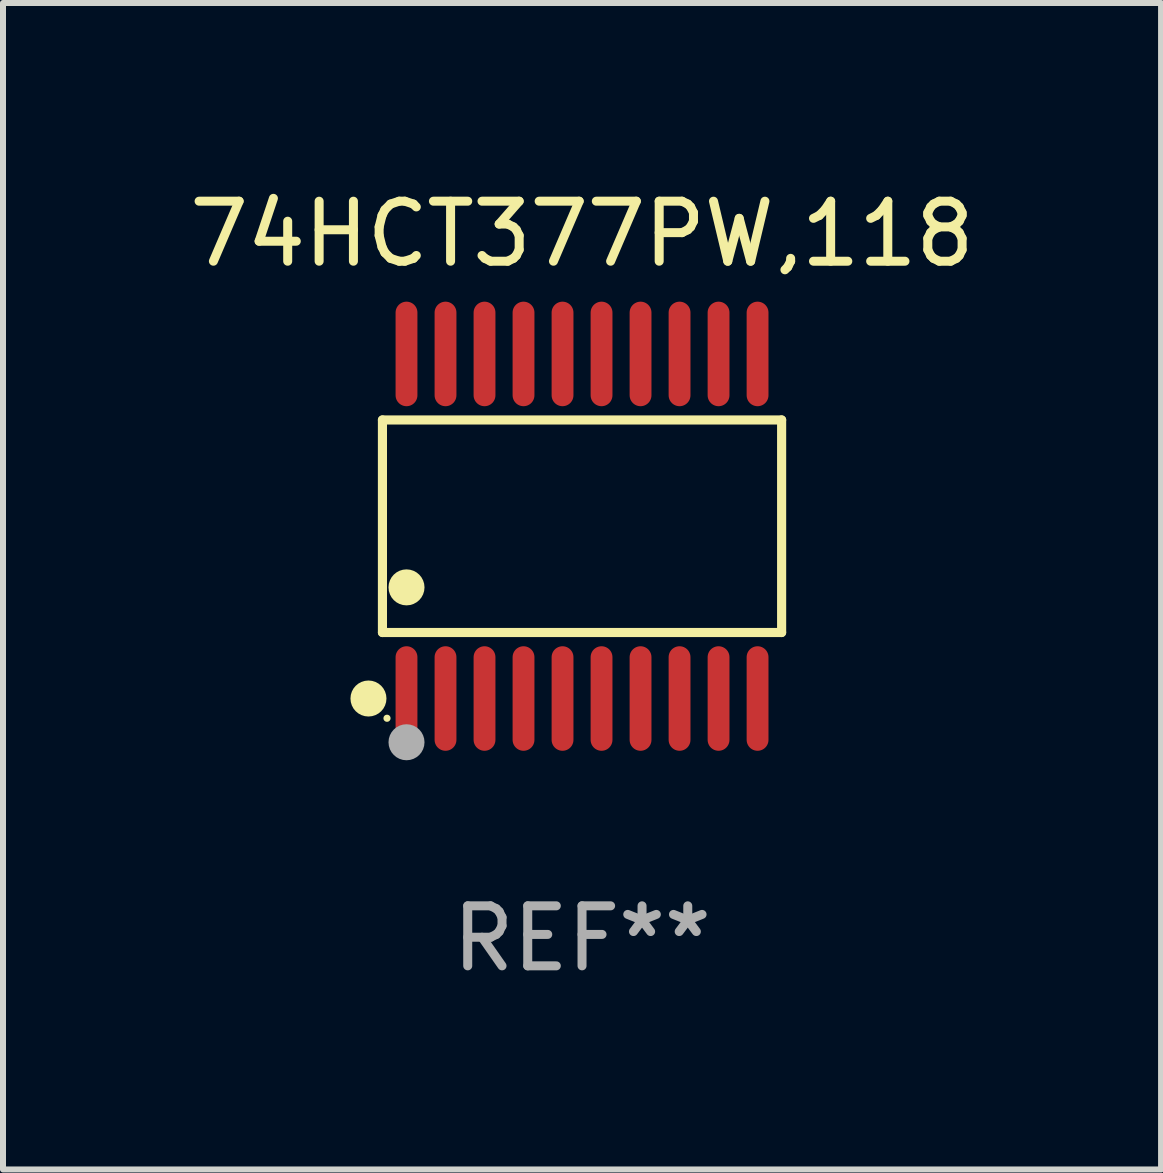
<source format=kicad_pcb>
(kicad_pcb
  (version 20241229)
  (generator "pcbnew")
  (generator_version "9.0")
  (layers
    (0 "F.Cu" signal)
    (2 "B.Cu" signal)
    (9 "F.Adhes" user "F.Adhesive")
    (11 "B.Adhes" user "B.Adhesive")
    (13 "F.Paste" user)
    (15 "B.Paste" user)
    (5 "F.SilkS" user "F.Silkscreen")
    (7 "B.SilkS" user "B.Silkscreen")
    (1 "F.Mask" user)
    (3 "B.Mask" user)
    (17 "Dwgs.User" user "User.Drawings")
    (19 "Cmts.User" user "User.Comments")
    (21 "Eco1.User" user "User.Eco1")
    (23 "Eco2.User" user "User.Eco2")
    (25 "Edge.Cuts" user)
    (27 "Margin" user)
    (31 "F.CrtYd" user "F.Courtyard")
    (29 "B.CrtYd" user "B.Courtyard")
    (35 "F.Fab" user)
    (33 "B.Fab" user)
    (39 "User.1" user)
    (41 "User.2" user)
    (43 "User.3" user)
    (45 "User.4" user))
  (footprint "74HCT377PW,118"
    (layer "F.Cu")
    (at 6.649 5.719)
    (property "Reference" "74HCT377PW,118" (at 0 -4.871 0) (layer "F.SilkS") (effects (font (size 1 1) (thickness 0.15))))
    (attr through_hole)
    (fp_line (start -3.326 -1.771) (end 3.326 -1.771) (stroke (width 0.152) (type solid)) (layer "F.SilkS"))
    (fp_line (start -3.326 1.771) (end -3.326 -1.771) (stroke (width 0.152) (type solid)) (layer "F.SilkS"))
    (fp_line (start 3.326 -1.771) (end 3.326 1.771) (stroke (width 0.152) (type solid)) (layer "F.SilkS"))
    (fp_line (start 3.326 1.771) (end -3.326 1.771) (stroke (width 0.152) (type solid)) (layer "F.SilkS"))
    (fp_circle (center -3.559 2.871) (end -3.409 2.871) (stroke (width 0.3) (type solid)) (fill no) (layer "F.SilkS"))
    (fp_circle (center -3.25 3.2) (end -3.22 3.2) (stroke (width 0.06) (type solid)) (fill no) (layer "F.SilkS"))
    (fp_circle (center -2.925 1.019) (end -2.775 1.019) (stroke (width 0.3) (type solid)) (fill no) (layer "F.SilkS"))
    (fp_circle (center -2.925 3.6) (end -2.775 3.6) (stroke (width 0.3) (type solid)) (fill no) (layer "F.Fab"))
    (fp_text user "REF**" (at 0 6.871 0) (layer "F.Fab") (effects (font (size 1 1) (thickness 0.15))))
    (pad "1" smd oval (at -2.925 2.871) (size 0.364 1.742) (layers "F.Cu" "F.Mask" "F.Paste"))
    (pad "2" smd oval (at -2.275 2.871) (size 0.364 1.742) (layers "F.Cu" "F.Mask" "F.Paste"))
    (pad "3" smd oval (at -1.625 2.871) (size 0.364 1.742) (layers "F.Cu" "F.Mask" "F.Paste"))
    (pad "4" smd oval (at -0.975 2.871) (size 0.364 1.742) (layers "F.Cu" "F.Mask" "F.Paste"))
    (pad "5" smd oval (at -0.325 2.871) (size 0.364 1.742) (layers "F.Cu" "F.Mask" "F.Paste"))
    (pad "6" smd oval (at 0.325 2.871) (size 0.364 1.742) (layers "F.Cu" "F.Mask" "F.Paste"))
    (pad "7" smd oval (at 0.975 2.871) (size 0.364 1.742) (layers "F.Cu" "F.Mask" "F.Paste"))
    (pad "8" smd oval (at 1.625 2.871) (size 0.364 1.742) (layers "F.Cu" "F.Mask" "F.Paste"))
    (pad "9" smd oval (at 2.275 2.871) (size 0.364 1.742) (layers "F.Cu" "F.Mask" "F.Paste"))
    (pad "10" smd oval (at 2.925 2.871) (size 0.364 1.742) (layers "F.Cu" "F.Mask" "F.Paste"))
    (pad "11" smd oval (at 2.925 -2.871) (size 0.364 1.742) (layers "F.Cu" "F.Mask" "F.Paste"))
    (pad "12" smd oval (at 2.275 -2.871) (size 0.364 1.742) (layers "F.Cu" "F.Mask" "F.Paste"))
    (pad "13" smd oval (at 1.625 -2.871) (size 0.364 1.742) (layers "F.Cu" "F.Mask" "F.Paste"))
    (pad "14" smd oval (at 0.975 -2.871) (size 0.364 1.742) (layers "F.Cu" "F.Mask" "F.Paste"))
    (pad "15" smd oval (at 0.325 -2.871) (size 0.364 1.742) (layers "F.Cu" "F.Mask" "F.Paste"))
    (pad "16" smd oval (at -0.325 -2.871) (size 0.364 1.742) (layers "F.Cu" "F.Mask" "F.Paste"))
    (pad "17" smd oval (at -0.975 -2.871) (size 0.364 1.742) (layers "F.Cu" "F.Mask" "F.Paste"))
    (pad "18" smd oval (at -1.625 -2.871) (size 0.364 1.742) (layers "F.Cu" "F.Mask" "F.Paste"))
    (pad "19" smd oval (at -2.275 -2.871) (size 0.364 1.742) (layers "F.Cu" "F.Mask" "F.Paste"))
    (pad "20" smd oval (at -2.925 -2.871) (size 0.364 1.742) (layers "F.Cu" "F.Mask" "F.Paste")))
  (gr_rect
    (start -3 -3)
    (end 16.298 16.438)
    (stroke (width 0.1) (type default))
    (fill no)
    (layer "Edge.Cuts")))
</source>
